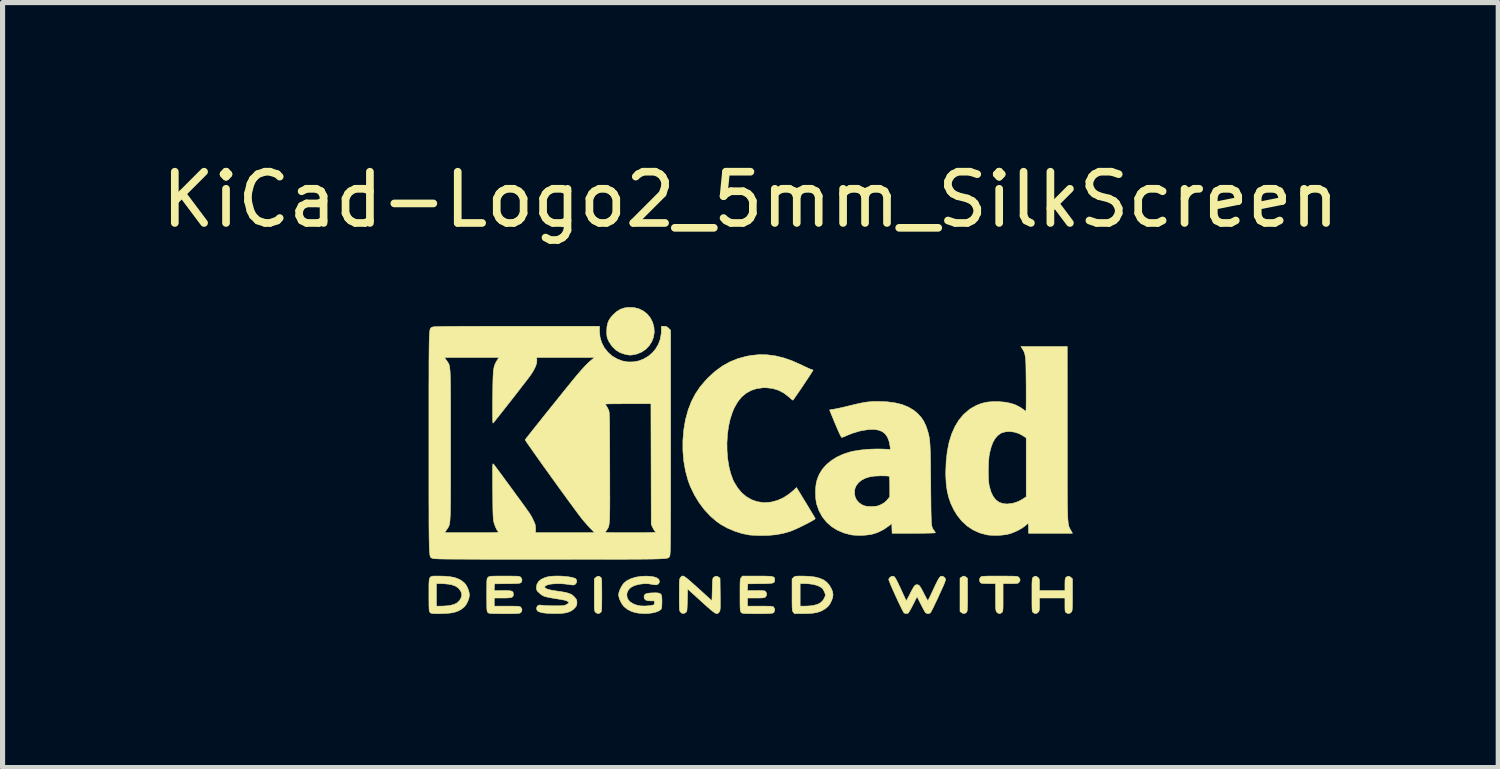
<source format=kicad_pcb>
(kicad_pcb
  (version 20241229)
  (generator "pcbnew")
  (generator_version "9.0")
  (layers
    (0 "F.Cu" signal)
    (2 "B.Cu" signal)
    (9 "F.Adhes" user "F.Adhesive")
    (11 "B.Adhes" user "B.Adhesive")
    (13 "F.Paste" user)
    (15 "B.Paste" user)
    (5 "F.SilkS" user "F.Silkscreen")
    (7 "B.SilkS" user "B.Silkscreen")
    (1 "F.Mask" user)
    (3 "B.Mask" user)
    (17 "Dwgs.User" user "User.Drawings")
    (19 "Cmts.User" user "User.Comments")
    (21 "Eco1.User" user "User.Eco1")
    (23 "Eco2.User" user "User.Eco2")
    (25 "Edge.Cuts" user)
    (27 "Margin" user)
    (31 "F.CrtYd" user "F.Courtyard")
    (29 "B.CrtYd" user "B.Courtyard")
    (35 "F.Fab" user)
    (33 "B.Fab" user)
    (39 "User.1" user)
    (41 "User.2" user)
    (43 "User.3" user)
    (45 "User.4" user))
  (footprint "KiCad-Logo2_5mm_SilkScreen"
    (layer "F.Cu")
    (at 11.601 5.928)
    (property "Reference" "KiCad-Logo2_5mm_SilkScreen" (at 0 -5.08 0) (layer "F.SilkS") (effects (font (size 1 1) (thickness 0.15))))
    (attr exclude_from_pos_files)
    (fp_poly (pts (xy 4.189 2.276) (xy 4.212 2.291) (xy 4.239 2.312) (xy 4.239 2.634) (xy 4.239 2.728) (xy 4.239 2.802) (xy 4.238 2.859) (xy 4.236 2.901) (xy 4.234 2.931) (xy 4.231 2.951) (xy 4.227 2.965) (xy 4.221 2.974) (xy 4.217 2.979) (xy 4.186 3) (xy 4.15 2.999) (xy 4.119 2.981) (xy 4.092 2.96) (xy 4.092 2.312) (xy 4.119 2.291) (xy 4.145 2.275) (xy 4.166 2.269) (xy 4.189 2.276)) (stroke (width 0.01) (type solid)) (fill yes) (layer "F.SilkS"))
    (fp_poly (pts (xy -2.924 2.292) (xy -2.917 2.299) (xy -2.912 2.309) (xy -2.908 2.324) (xy -2.905 2.346) (xy -2.903 2.378) (xy -2.902 2.422) (xy -2.902 2.482) (xy -2.901 2.56) (xy -2.901 2.636) (xy -2.901 2.73) (xy -2.902 2.804) (xy -2.902 2.86) (xy -2.904 2.902) (xy -2.906 2.932) (xy -2.909 2.952) (xy -2.913 2.965) (xy -2.919 2.974) (xy -2.924 2.98) (xy -2.957 3) (xy -2.992 2.998) (xy -3.023 2.977) (xy -3.031 2.968) (xy -3.036 2.959) (xy -3.041 2.945) (xy -3.044 2.924) (xy -3.046 2.895) (xy -3.047 2.853) (xy -3.048 2.796) (xy -3.048 2.722) (xy -3.048 2.638) (xy -3.048 2.324) (xy -3.02 2.297) (xy -2.986 2.273) (xy -2.953 2.273) (xy -2.924 2.292)) (stroke (width 0.01) (type solid)) (fill yes) (layer "F.SilkS"))
    (fp_poly (pts (xy -2.273 -2.973) (xy -2.177 -2.949) (xy -2.09 -2.906) (xy -2.015 -2.847) (xy -1.954 -2.772) (xy -1.909 -2.683) (xy -1.883 -2.586) (xy -1.877 -2.489) (xy -1.892 -2.395) (xy -1.926 -2.307) (xy -1.977 -2.228) (xy -2.042 -2.16) (xy -2.121 -2.106) (xy -2.212 -2.068) (xy -2.263 -2.056) (xy -2.308 -2.048) (xy -2.342 -2.045) (xy -2.375 -2.047) (xy -2.415 -2.054) (xy -2.449 -2.061) (xy -2.542 -2.092) (xy -2.626 -2.143) (xy -2.698 -2.213) (xy -2.756 -2.298) (xy -2.77 -2.326) (xy -2.787 -2.362) (xy -2.797 -2.392) (xy -2.802 -2.425) (xy -2.805 -2.466) (xy -2.805 -2.512) (xy -2.801 -2.596) (xy -2.787 -2.665) (xy -2.762 -2.726) (xy -2.723 -2.784) (xy -2.684 -2.829) (xy -2.612 -2.895) (xy -2.537 -2.94) (xy -2.455 -2.967) (xy -2.377 -2.977) (xy -2.273 -2.973)) (stroke (width 0.01) (type solid)) (fill yes) (layer "F.SilkS"))
    (fp_poly (pts (xy 4.963 2.269) (xy 5.042 2.27) (xy 5.103 2.27) (xy 5.149 2.272) (xy 5.182 2.274) (xy 5.205 2.277) (xy 5.221 2.28) (xy 5.231 2.285) (xy 5.236 2.289) (xy 5.261 2.321) (xy 5.265 2.355) (xy 5.249 2.386) (xy 5.238 2.398) (xy 5.227 2.406) (xy 5.211 2.412) (xy 5.186 2.414) (xy 5.147 2.416) (xy 5.09 2.416) (xy 5.079 2.416) (xy 4.933 2.416) (xy 4.933 2.687) (xy 4.933 2.772) (xy 4.933 2.838) (xy 4.932 2.887) (xy 4.93 2.922) (xy 4.927 2.946) (xy 4.923 2.962) (xy 4.918 2.972) (xy 4.911 2.98) (xy 4.878 3) (xy 4.843 2.999) (xy 4.812 2.976) (xy 4.81 2.973) (xy 4.802 2.962) (xy 4.797 2.95) (xy 4.793 2.933) (xy 4.79 2.908) (xy 4.788 2.872) (xy 4.787 2.822) (xy 4.787 2.755) (xy 4.786 2.68) (xy 4.786 2.416) (xy 4.647 2.416) (xy 4.587 2.415) (xy 4.546 2.414) (xy 4.519 2.411) (xy 4.502 2.405) (xy 4.49 2.397) (xy 4.489 2.395) (xy 4.473 2.362) (xy 4.474 2.324) (xy 4.493 2.292) (xy 4.5 2.285) (xy 4.51 2.28) (xy 4.524 2.276) (xy 4.545 2.274) (xy 4.575 2.272) (xy 4.618 2.27) (xy 4.676 2.269) (xy 4.75 2.269) (xy 4.844 2.269) (xy 4.864 2.269) (xy 4.963 2.269)) (stroke (width 0.01) (type solid)) (fill yes) (layer "F.SilkS"))
    (fp_poly (pts (xy 6.229 2.275) (xy 6.26 2.297) (xy 6.288 2.324) (xy 6.288 2.634) (xy 6.288 2.726) (xy 6.287 2.798) (xy 6.287 2.853) (xy 6.285 2.893) (xy 6.283 2.922) (xy 6.28 2.942) (xy 6.275 2.956) (xy 6.269 2.967) (xy 6.265 2.973) (xy 6.234 2.998) (xy 6.198 3) (xy 6.166 2.985) (xy 6.156 2.976) (xy 6.148 2.965) (xy 6.144 2.946) (xy 6.142 2.915) (xy 6.141 2.869) (xy 6.141 2.833) (xy 6.141 2.698) (xy 5.644 2.698) (xy 5.644 2.821) (xy 5.644 2.877) (xy 5.642 2.915) (xy 5.638 2.941) (xy 5.63 2.96) (xy 5.621 2.973) (xy 5.59 2.998) (xy 5.555 3.001) (xy 5.522 2.983) (xy 5.513 2.974) (xy 5.506 2.962) (xy 5.502 2.943) (xy 5.499 2.914) (xy 5.498 2.87) (xy 5.497 2.808) (xy 5.497 2.794) (xy 5.497 2.678) (xy 5.497 2.582) (xy 5.497 2.504) (xy 5.497 2.443) (xy 5.498 2.396) (xy 5.5 2.361) (xy 5.502 2.335) (xy 5.505 2.318) (xy 5.51 2.306) (xy 5.515 2.298) (xy 5.52 2.292) (xy 5.552 2.272) (xy 5.585 2.275) (xy 5.617 2.297) (xy 5.629 2.311) (xy 5.638 2.327) (xy 5.642 2.35) (xy 5.644 2.384) (xy 5.644 2.436) (xy 5.644 2.551) (xy 6.141 2.551) (xy 6.141 2.433) (xy 6.142 2.378) (xy 6.144 2.341) (xy 6.148 2.317) (xy 6.155 2.301) (xy 6.164 2.292) (xy 6.196 2.272) (xy 6.229 2.275)) (stroke (width 0.01) (type solid)) (fill yes) (layer "F.SilkS"))
    (fp_poly (pts (xy 1.018 2.269) (xy 1.147 2.274) (xy 1.257 2.287) (xy 1.349 2.31) (xy 1.426 2.343) (xy 1.489 2.388) (xy 1.539 2.444) (xy 1.58 2.514) (xy 1.58 2.515) (xy 1.605 2.577) (xy 1.613 2.633) (xy 1.606 2.688) (xy 1.584 2.751) (xy 1.579 2.761) (xy 1.55 2.817) (xy 1.517 2.86) (xy 1.475 2.897) (xy 1.417 2.934) (xy 1.414 2.936) (xy 1.364 2.96) (xy 1.307 2.978) (xy 1.24 2.991) (xy 1.159 2.999) (xy 1.06 3.002) (xy 1.025 3.002) (xy 0.86 3.003) (xy 0.836 2.973) (xy 0.829 2.963) (xy 0.824 2.952) (xy 0.82 2.936) (xy 0.817 2.913) (xy 0.815 2.88) (xy 0.814 2.856) (xy 0.971 2.856) (xy 1.065 2.856) (xy 1.12 2.854) (xy 1.176 2.85) (xy 1.222 2.844) (xy 1.225 2.844) (xy 1.307 2.822) (xy 1.371 2.789) (xy 1.418 2.743) (xy 1.451 2.683) (xy 1.457 2.667) (xy 1.463 2.642) (xy 1.46 2.618) (xy 1.448 2.585) (xy 1.441 2.569) (xy 1.418 2.527) (xy 1.39 2.497) (xy 1.359 2.477) (xy 1.297 2.45) (xy 1.218 2.43) (xy 1.125 2.419) (xy 1.058 2.416) (xy 0.971 2.416) (xy 0.971 2.856) (xy 0.814 2.856) (xy 0.814 2.835) (xy 0.813 2.774) (xy 0.813 2.696) (xy 0.813 2.634) (xy 0.813 2.324) (xy 0.841 2.297) (xy 0.853 2.286) (xy 0.866 2.278) (xy 0.885 2.273) (xy 0.913 2.27) (xy 0.955 2.269) (xy 1.015 2.269) (xy 1.018 2.269)) (stroke (width 0.01) (type solid)) (fill yes) (layer "F.SilkS"))
    (fp_poly (pts (xy -6.121 2.269) (xy -6.082 2.269) (xy -5.966 2.272) (xy -5.869 2.281) (xy -5.788 2.295) (xy -5.719 2.317) (xy -5.658 2.347) (xy -5.604 2.387) (xy -5.584 2.404) (xy -5.552 2.443) (xy -5.523 2.497) (xy -5.5 2.557) (xy -5.488 2.615) (xy -5.486 2.636) (xy -5.494 2.695) (xy -5.516 2.759) (xy -5.547 2.82) (xy -5.584 2.868) (xy -5.59 2.874) (xy -5.641 2.915) (xy -5.696 2.947) (xy -5.76 2.971) (xy -5.834 2.988) (xy -5.924 2.998) (xy -6.031 3.002) (xy -6.08 3.003) (xy -6.142 3.003) (xy -6.186 3.001) (xy -6.215 2.999) (xy -6.234 2.994) (xy -6.247 2.987) (xy -6.254 2.98) (xy -6.261 2.973) (xy -6.266 2.963) (xy -6.27 2.948) (xy -6.273 2.926) (xy -6.274 2.894) (xy -6.276 2.85) (xy -6.276 2.79) (xy -6.277 2.712) (xy -6.277 2.636) (xy -6.277 2.535) (xy -6.277 2.454) (xy -6.276 2.416) (xy -6.13 2.416) (xy -6.13 2.856) (xy -6.037 2.856) (xy -5.981 2.854) (xy -5.922 2.85) (xy -5.873 2.844) (xy -5.872 2.844) (xy -5.792 2.825) (xy -5.731 2.795) (xy -5.684 2.753) (xy -5.655 2.707) (xy -5.636 2.656) (xy -5.638 2.608) (xy -5.659 2.557) (xy -5.7 2.504) (xy -5.758 2.465) (xy -5.833 2.438) (xy -5.883 2.429) (xy -5.939 2.423) (xy -6 2.418) (xy -6.051 2.416) (xy -6.054 2.416) (xy -6.13 2.416) (xy -6.276 2.416) (xy -6.275 2.392) (xy -6.271 2.345) (xy -6.263 2.312) (xy -6.25 2.29) (xy -6.23 2.277) (xy -6.203 2.27) (xy -6.167 2.269) (xy -6.121 2.269)) (stroke (width 0.01) (type solid)) (fill yes) (layer "F.SilkS"))
    (fp_poly (pts (xy -1.3 2.273) (xy -1.277 2.287) (xy -1.246 2.31) (xy -1.206 2.342) (xy -1.156 2.386) (xy -1.094 2.441) (xy -1.018 2.509) (xy -0.931 2.588) (xy -0.751 2.752) (xy -0.745 2.532) (xy -0.743 2.456) (xy -0.741 2.4) (xy -0.739 2.36) (xy -0.736 2.332) (xy -0.731 2.314) (xy -0.725 2.303) (xy -0.717 2.294) (xy -0.713 2.291) (xy -0.678 2.272) (xy -0.645 2.274) (xy -0.619 2.291) (xy -0.593 2.312) (xy -0.589 2.627) (xy -0.588 2.72) (xy -0.588 2.793) (xy -0.588 2.848) (xy -0.589 2.889) (xy -0.591 2.919) (xy -0.594 2.939) (xy -0.598 2.953) (xy -0.604 2.964) (xy -0.61 2.972) (xy -0.623 2.988) (xy -0.637 2.999) (xy -0.652 3.003) (xy -0.671 2.999) (xy -0.695 2.987) (xy -0.727 2.965) (xy -0.768 2.932) (xy -0.821 2.887) (xy -0.886 2.829) (xy -0.96 2.762) (xy -1.225 2.521) (xy -1.23 2.741) (xy -1.233 2.816) (xy -1.235 2.872) (xy -1.237 2.913) (xy -1.24 2.94) (xy -1.244 2.958) (xy -1.25 2.969) (xy -1.259 2.978) (xy -1.263 2.981) (xy -1.3 3) (xy -1.335 2.997) (xy -1.365 2.973) (xy -1.372 2.963) (xy -1.378 2.952) (xy -1.382 2.936) (xy -1.385 2.913) (xy -1.386 2.88) (xy -1.388 2.835) (xy -1.388 2.774) (xy -1.389 2.694) (xy -1.389 2.636) (xy -1.388 2.544) (xy -1.388 2.473) (xy -1.387 2.418) (xy -1.386 2.378) (xy -1.384 2.349) (xy -1.38 2.329) (xy -1.376 2.315) (xy -1.37 2.305) (xy -1.365 2.299) (xy -1.354 2.285) (xy -1.343 2.274) (xy -1.332 2.268) (xy -1.318 2.267) (xy -1.3 2.273)) (stroke (width 0.01) (type solid)) (fill yes) (layer "F.SilkS"))
    (fp_poly (pts (xy -1.95 2.275) (xy -1.882 2.286) (xy -1.829 2.304) (xy -1.795 2.327) (xy -1.785 2.341) (xy -1.776 2.372) (xy -1.782 2.4) (xy -1.802 2.427) (xy -1.834 2.44) (xy -1.879 2.439) (xy -1.914 2.432) (xy -1.992 2.419) (xy -2.072 2.418) (xy -2.162 2.428) (xy -2.186 2.433) (xy -2.269 2.456) (xy -2.334 2.491) (xy -2.38 2.537) (xy -2.407 2.592) (xy -2.413 2.621) (xy -2.409 2.68) (xy -2.386 2.732) (xy -2.345 2.776) (xy -2.288 2.811) (xy -2.219 2.837) (xy -2.138 2.852) (xy -2.048 2.854) (xy -1.951 2.845) (xy -1.945 2.844) (xy -1.907 2.836) (xy -1.885 2.83) (xy -1.876 2.819) (xy -1.874 2.802) (xy -1.874 2.793) (xy -1.874 2.754) (xy -1.942 2.754) (xy -2.003 2.75) (xy -2.044 2.737) (xy -2.068 2.714) (xy -2.077 2.679) (xy -2.077 2.674) (xy -2.072 2.645) (xy -2.054 2.623) (xy -2.022 2.609) (xy -1.972 2.601) (xy -1.923 2.598) (xy -1.852 2.596) (xy -1.801 2.599) (xy -1.766 2.609) (xy -1.744 2.628) (xy -1.733 2.66) (xy -1.728 2.708) (xy -1.727 2.77) (xy -1.729 2.84) (xy -1.733 2.887) (xy -1.74 2.912) (xy -1.741 2.914) (xy -1.78 2.946) (xy -1.837 2.97) (xy -1.909 2.988) (xy -1.991 2.999) (xy -2.081 3.001) (xy -2.175 2.994) (xy -2.23 2.986) (xy -2.316 2.962) (xy -2.396 2.922) (xy -2.463 2.87) (xy -2.473 2.86) (xy -2.506 2.816) (xy -2.536 2.762) (xy -2.559 2.706) (xy -2.572 2.654) (xy -2.574 2.635) (xy -2.567 2.593) (xy -2.55 2.542) (xy -2.524 2.488) (xy -2.495 2.439) (xy -2.469 2.406) (xy -2.408 2.357) (xy -2.329 2.319) (xy -2.235 2.29) (xy -2.129 2.274) (xy -2.032 2.27) (xy -1.95 2.275)) (stroke (width 0.01) (type solid)) (fill yes) (layer "F.SilkS"))
    (fp_poly (pts (xy 0.23 2.269) (xy 0.307 2.27) (xy 0.365 2.272) (xy 0.408 2.276) (xy 0.438 2.282) (xy 0.457 2.291) (xy 0.468 2.303) (xy 0.473 2.319) (xy 0.474 2.339) (xy 0.474 2.341) (xy 0.473 2.364) (xy 0.468 2.382) (xy 0.457 2.395) (xy 0.437 2.404) (xy 0.406 2.41) (xy 0.36 2.414) (xy 0.298 2.417) (xy 0.216 2.418) (xy 0.191 2.418) (xy -0.051 2.421) (xy -0.054 2.486) (xy -0.058 2.551) (xy 0.111 2.551) (xy 0.176 2.552) (xy 0.223 2.553) (xy 0.255 2.555) (xy 0.276 2.559) (xy 0.289 2.565) (xy 0.299 2.573) (xy 0.299 2.573) (xy 0.316 2.607) (xy 0.316 2.643) (xy 0.297 2.674) (xy 0.294 2.678) (xy 0.281 2.686) (xy 0.263 2.692) (xy 0.237 2.695) (xy 0.197 2.697) (xy 0.142 2.698) (xy 0.106 2.698) (xy -0.056 2.698) (xy -0.056 2.856) (xy 0.19 2.856) (xy 0.272 2.856) (xy 0.333 2.857) (xy 0.379 2.858) (xy 0.41 2.86) (xy 0.431 2.864) (xy 0.445 2.868) (xy 0.453 2.874) (xy 0.455 2.877) (xy 0.472 2.908) (xy 0.473 2.944) (xy 0.46 2.975) (xy 0.449 2.985) (xy 0.438 2.991) (xy 0.421 2.995) (xy 0.396 2.998) (xy 0.359 3) (xy 0.308 3.002) (xy 0.24 3.003) (xy 0.153 3.003) (xy 0.133 3.003) (xy 0.045 3.003) (xy -0.024 3.002) (xy -0.075 3.002) (xy -0.113 3) (xy -0.139 2.998) (xy -0.156 2.994) (xy -0.167 2.989) (xy -0.176 2.983) (xy -0.18 2.978) (xy -0.187 2.97) (xy -0.192 2.96) (xy -0.196 2.945) (xy -0.199 2.923) (xy -0.201 2.89) (xy -0.202 2.845) (xy -0.203 2.785) (xy -0.203 2.707) (xy -0.203 2.641) (xy -0.203 2.549) (xy -0.203 2.476) (xy -0.202 2.421) (xy -0.201 2.38) (xy -0.198 2.35) (xy -0.195 2.33) (xy -0.191 2.316) (xy -0.185 2.305) (xy -0.18 2.299) (xy -0.156 2.269) (xy 0.134 2.269) (xy 0.23 2.269)) (stroke (width 0.01) (type solid)) (fill yes) (layer "F.SilkS"))
    (fp_poly (pts (xy -4.713 2.269) (xy -4.643 2.27) (xy -4.591 2.27) (xy -4.553 2.272) (xy -4.526 2.274) (xy -4.508 2.278) (xy -4.496 2.283) (xy -4.487 2.289) (xy -4.484 2.292) (xy -4.464 2.323) (xy -4.46 2.359) (xy -4.473 2.391) (xy -4.48 2.397) (xy -4.489 2.403) (xy -4.505 2.408) (xy -4.529 2.412) (xy -4.566 2.414) (xy -4.617 2.416) (xy -4.685 2.418) (xy -4.748 2.418) (xy -4.995 2.421) (xy -4.999 2.486) (xy -5.002 2.551) (xy -4.834 2.551) (xy -4.761 2.552) (xy -4.708 2.555) (xy -4.671 2.56) (xy -4.647 2.57) (xy -4.634 2.586) (xy -4.629 2.607) (xy -4.628 2.628) (xy -4.631 2.653) (xy -4.64 2.671) (xy -4.659 2.684) (xy -4.691 2.692) (xy -4.738 2.696) (xy -4.804 2.698) (xy -4.84 2.698) (xy -5.001 2.698) (xy -5.001 2.856) (xy -4.753 2.856) (xy -4.671 2.856) (xy -4.609 2.857) (xy -4.564 2.858) (xy -4.532 2.86) (xy -4.511 2.863) (xy -4.496 2.868) (xy -4.487 2.874) (xy -4.482 2.879) (xy -4.465 2.906) (xy -4.459 2.929) (xy -4.467 2.959) (xy -4.482 2.98) (xy -4.49 2.987) (xy -4.5 2.992) (xy -4.515 2.996) (xy -4.538 2.999) (xy -4.571 3.001) (xy -4.618 3.002) (xy -4.68 3.003) (xy -4.761 3.003) (xy -4.803 3.003) (xy -4.894 3.003) (xy -4.964 3.002) (xy -5.017 3.002) (xy -5.056 3) (xy -5.083 2.998) (xy -5.101 2.994) (xy -5.113 2.99) (xy -5.122 2.983) (xy -5.125 2.98) (xy -5.132 2.973) (xy -5.137 2.963) (xy -5.141 2.948) (xy -5.144 2.926) (xy -5.146 2.894) (xy -5.147 2.849) (xy -5.147 2.789) (xy -5.148 2.711) (xy -5.148 2.638) (xy -5.148 2.545) (xy -5.147 2.471) (xy -5.147 2.415) (xy -5.146 2.374) (xy -5.144 2.345) (xy -5.141 2.325) (xy -5.136 2.312) (xy -5.131 2.303) (xy -5.123 2.295) (xy -5.122 2.294) (xy -5.113 2.286) (xy -5.103 2.28) (xy -5.089 2.276) (xy -5.067 2.273) (xy -5.036 2.271) (xy -4.993 2.27) (xy -4.934 2.269) (xy -4.857 2.269) (xy -4.802 2.269) (xy -4.713 2.269)) (stroke (width 0.01) (type solid)) (fill yes) (layer "F.SilkS"))
    (fp_poly (pts (xy 3.745 2.271) (xy 3.764 2.278) (xy 3.765 2.278) (xy 3.792 2.299) (xy 3.806 2.32) (xy 3.809 2.329) (xy 3.809 2.342) (xy 3.805 2.361) (xy 3.796 2.387) (xy 3.782 2.424) (xy 3.761 2.473) (xy 3.732 2.536) (xy 3.695 2.617) (xy 3.675 2.661) (xy 3.639 2.74) (xy 3.604 2.812) (xy 3.574 2.876) (xy 3.548 2.928) (xy 3.528 2.965) (xy 3.516 2.986) (xy 3.513 2.989) (xy 3.482 3.001) (xy 3.447 3) (xy 3.419 2.984) (xy 3.418 2.983) (xy 3.407 2.966) (xy 3.388 2.933) (xy 3.364 2.888) (xy 3.337 2.836) (xy 3.327 2.817) (xy 3.254 2.67) (xy 3.174 2.829) (xy 3.146 2.884) (xy 3.119 2.932) (xy 3.097 2.969) (xy 3.081 2.991) (xy 3.076 2.996) (xy 3.034 3.002) (xy 3 2.989) (xy 2.99 2.974) (xy 2.972 2.943) (xy 2.949 2.897) (xy 2.921 2.839) (xy 2.89 2.774) (xy 2.857 2.704) (xy 2.824 2.631) (xy 2.792 2.56) (xy 2.763 2.494) (xy 2.737 2.435) (xy 2.718 2.386) (xy 2.705 2.352) (xy 2.7 2.334) (xy 2.7 2.334) (xy 2.711 2.311) (xy 2.733 2.289) (xy 2.735 2.288) (xy 2.762 2.272) (xy 2.787 2.273) (xy 2.796 2.275) (xy 2.808 2.282) (xy 2.82 2.294) (xy 2.834 2.315) (xy 2.852 2.347) (xy 2.875 2.393) (xy 2.905 2.455) (xy 2.932 2.512) (xy 2.962 2.578) (xy 2.99 2.638) (xy 3.013 2.688) (xy 3.03 2.725) (xy 3.039 2.746) (xy 3.041 2.749) (xy 3.047 2.743) (xy 3.061 2.721) (xy 3.081 2.685) (xy 3.106 2.638) (xy 3.115 2.619) (xy 3.148 2.554) (xy 3.174 2.507) (xy 3.194 2.474) (xy 3.21 2.454) (xy 3.226 2.443) (xy 3.242 2.439) (xy 3.252 2.438) (xy 3.271 2.44) (xy 3.287 2.447) (xy 3.303 2.462) (xy 3.321 2.487) (xy 3.344 2.526) (xy 3.373 2.581) (xy 3.389 2.613) (xy 3.415 2.663) (xy 3.437 2.705) (xy 3.454 2.734) (xy 3.464 2.748) (xy 3.466 2.749) (xy 3.472 2.738) (xy 3.487 2.709) (xy 3.508 2.666) (xy 3.534 2.612) (xy 3.564 2.548) (xy 3.578 2.517) (xy 3.616 2.436) (xy 3.647 2.374) (xy 3.672 2.328) (xy 3.692 2.297) (xy 3.71 2.278) (xy 3.727 2.271) (xy 3.745 2.271)) (stroke (width 0.01) (type solid)) (fill yes) (layer "F.SilkS"))
    (fp_poly (pts (xy -3.692 2.27) (xy -3.617 2.276) (xy -3.547 2.284) (xy -3.487 2.295) (xy -3.44 2.308) (xy -3.41 2.323) (xy -3.406 2.327) (xy -3.39 2.362) (xy -3.395 2.397) (xy -3.419 2.428) (xy -3.421 2.429) (xy -3.435 2.438) (xy -3.45 2.443) (xy -3.471 2.443) (xy -3.503 2.44) (xy -3.552 2.432) (xy -3.556 2.432) (xy -3.629 2.423) (xy -3.707 2.418) (xy -3.786 2.418) (xy -3.859 2.422) (xy -3.922 2.43) (xy -3.968 2.443) (xy -3.971 2.444) (xy -4.005 2.463) (xy -4.017 2.482) (xy -4.008 2.5) (xy -3.978 2.518) (xy -3.929 2.535) (xy -3.861 2.549) (xy -3.816 2.556) (xy -3.721 2.57) (xy -3.647 2.582) (xy -3.588 2.594) (xy -3.542 2.608) (xy -3.506 2.623) (xy -3.476 2.641) (xy -3.449 2.664) (xy -3.428 2.686) (xy -3.403 2.717) (xy -3.391 2.743) (xy -3.387 2.776) (xy -3.387 2.788) (xy -3.39 2.828) (xy -3.401 2.857) (xy -3.421 2.883) (xy -3.462 2.924) (xy -3.508 2.954) (xy -3.562 2.976) (xy -3.627 2.991) (xy -3.707 2.999) (xy -3.805 3.001) (xy -3.821 3.001) (xy -3.887 3) (xy -3.952 2.997) (xy -4.009 2.992) (xy -4.052 2.987) (xy -4.055 2.987) (xy -4.098 2.976) (xy -4.134 2.964) (xy -4.154 2.952) (xy -4.173 2.922) (xy -4.174 2.886) (xy -4.158 2.854) (xy -4.154 2.851) (xy -4.139 2.84) (xy -4.12 2.835) (xy -4.091 2.836) (xy -4.056 2.84) (xy -4.016 2.844) (xy -3.96 2.847) (xy -3.895 2.849) (xy -3.828 2.85) (xy -3.81 2.85) (xy -3.742 2.85) (xy -3.692 2.849) (xy -3.657 2.846) (xy -3.63 2.841) (xy -3.609 2.834) (xy -3.596 2.828) (xy -3.568 2.811) (xy -3.55 2.796) (xy -3.547 2.792) (xy -3.553 2.774) (xy -3.579 2.757) (xy -3.624 2.741) (xy -3.687 2.728) (xy -3.705 2.725) (xy -3.801 2.71) (xy -3.878 2.697) (xy -3.938 2.686) (xy -3.984 2.676) (xy -4.021 2.665) (xy -4.049 2.653) (xy -4.073 2.639) (xy -4.096 2.622) (xy -4.119 2.601) (xy -4.127 2.594) (xy -4.155 2.567) (xy -4.17 2.545) (xy -4.176 2.52) (xy -4.177 2.489) (xy -4.167 2.428) (xy -4.136 2.376) (xy -4.085 2.333) (xy -4.013 2.3) (xy -3.962 2.285) (xy -3.907 2.275) (xy -3.841 2.27) (xy -3.768 2.268) (xy -3.692 2.27)) (stroke (width 0.01) (type solid)) (fill yes) (layer "F.SilkS"))
    (fp_poly (pts (xy 0.328 -2.051) (xy 0.489 -2.03) (xy 0.653 -1.99) (xy 0.822 -1.93) (xy 1 -1.851) (xy 1.011 -1.845) (xy 1.069 -1.817) (xy 1.121 -1.793) (xy 1.162 -1.775) (xy 1.19 -1.764) (xy 1.2 -1.761) (xy 1.219 -1.756) (xy 1.224 -1.752) (xy 1.218 -1.741) (xy 1.202 -1.715) (xy 1.177 -1.676) (xy 1.145 -1.626) (xy 1.107 -1.569) (xy 1.066 -1.507) (xy 1.023 -1.442) (xy 0.98 -1.379) (xy 0.939 -1.319) (xy 0.902 -1.265) (xy 0.871 -1.22) (xy 0.847 -1.186) (xy 0.832 -1.167) (xy 0.83 -1.165) (xy 0.82 -1.17) (xy 0.798 -1.187) (xy 0.767 -1.214) (xy 0.752 -1.228) (xy 0.655 -1.303) (xy 0.548 -1.359) (xy 0.433 -1.394) (xy 0.31 -1.408) (xy 0.241 -1.407) (xy 0.119 -1.39) (xy 0.01 -1.354) (xy -0.087 -1.299) (xy -0.174 -1.225) (xy -0.249 -1.131) (xy -0.314 -1.018) (xy -0.351 -0.931) (xy -0.395 -0.796) (xy -0.428 -0.648) (xy -0.448 -0.493) (xy -0.458 -0.333) (xy -0.456 -0.173) (xy -0.443 -0.016) (xy -0.419 0.133) (xy -0.384 0.271) (xy -0.338 0.395) (xy -0.322 0.429) (xy -0.253 0.543) (xy -0.173 0.64) (xy -0.081 0.718) (xy 0.02 0.777) (xy 0.13 0.816) (xy 0.247 0.834) (xy 0.289 0.835) (xy 0.41 0.824) (xy 0.531 0.791) (xy 0.649 0.737) (xy 0.762 0.663) (xy 0.854 0.585) (xy 0.9 0.54) (xy 1.081 0.837) (xy 1.127 0.911) (xy 1.168 0.98) (xy 1.204 1.039) (xy 1.233 1.088) (xy 1.254 1.124) (xy 1.265 1.144) (xy 1.266 1.147) (xy 1.258 1.157) (xy 1.233 1.174) (xy 1.193 1.197) (xy 1.142 1.225) (xy 1.084 1.255) (xy 1.021 1.287) (xy 0.958 1.318) (xy 0.896 1.346) (xy 0.839 1.371) (xy 0.791 1.391) (xy 0.768 1.399) (xy 0.634 1.437) (xy 0.496 1.462) (xy 0.349 1.475) (xy 0.222 1.477) (xy 0.154 1.476) (xy 0.088 1.474) (xy 0.031 1.471) (xy -0.013 1.468) (xy -0.027 1.466) (xy -0.166 1.438) (xy -0.307 1.392) (xy -0.445 1.334) (xy -0.572 1.264) (xy -0.649 1.211) (xy -0.777 1.103) (xy -0.895 0.977) (xy -1.002 0.835) (xy -1.095 0.681) (xy -1.173 0.518) (xy -1.217 0.401) (xy -1.267 0.217) (xy -1.301 0.023) (xy -1.318 -0.179) (xy -1.318 -0.382) (xy -1.301 -0.584) (xy -1.268 -0.781) (xy -1.217 -0.967) (xy -1.214 -0.978) (xy -1.151 -1.14) (xy -1.074 -1.288) (xy -0.981 -1.426) (xy -0.868 -1.558) (xy -0.825 -1.604) (xy -0.688 -1.728) (xy -0.549 -1.83) (xy -0.403 -1.912) (xy -0.249 -1.975) (xy -0.084 -2.02) (xy 0.011 -2.038) (xy 0.17 -2.054) (xy 0.328 -2.051)) (stroke (width 0.01) (type solid)) (fill yes) (layer "F.SilkS"))
    (fp_poly (pts (xy 6.187 -0.528) (xy 6.187 -0.293) (xy 6.187 -0.08) (xy 6.187 0.112) (xy 6.187 0.285) (xy 6.187 0.441) (xy 6.188 0.579) (xy 6.188 0.701) (xy 6.189 0.808) (xy 6.19 0.901) (xy 6.192 0.982) (xy 6.194 1.051) (xy 6.196 1.11) (xy 6.198 1.159) (xy 6.202 1.2) (xy 6.205 1.234) (xy 6.21 1.262) (xy 6.214 1.285) (xy 6.22 1.304) (xy 6.226 1.321) (xy 6.233 1.335) (xy 6.24 1.349) (xy 6.249 1.364) (xy 6.254 1.373) (xy 6.288 1.434) (xy 5.43 1.434) (xy 5.43 1.338) (xy 5.429 1.294) (xy 5.427 1.261) (xy 5.424 1.243) (xy 5.423 1.242) (xy 5.412 1.249) (xy 5.389 1.267) (xy 5.366 1.286) (xy 5.312 1.327) (xy 5.242 1.368) (xy 5.165 1.405) (xy 5.088 1.435) (xy 5.057 1.445) (xy 4.989 1.46) (xy 4.906 1.47) (xy 4.816 1.475) (xy 4.728 1.474) (xy 4.649 1.469) (xy 4.612 1.463) (xy 4.473 1.425) (xy 4.346 1.367) (xy 4.23 1.29) (xy 4.127 1.195) (xy 4.036 1.081) (xy 3.969 0.97) (xy 3.914 0.854) (xy 3.872 0.734) (xy 3.842 0.608) (xy 3.823 0.472) (xy 3.815 0.32) (xy 3.814 0.243) (xy 3.816 0.186) (xy 4.645 0.186) (xy 4.645 0.279) (xy 4.648 0.367) (xy 4.654 0.444) (xy 4.662 0.505) (xy 4.665 0.517) (xy 4.697 0.625) (xy 4.738 0.712) (xy 4.79 0.779) (xy 4.853 0.826) (xy 4.926 0.853) (xy 5.011 0.862) (xy 5.107 0.851) (xy 5.17 0.835) (xy 5.219 0.817) (xy 5.274 0.791) (xy 5.314 0.767) (xy 5.385 0.721) (xy 5.385 -0.429) (xy 5.317 -0.473) (xy 5.239 -0.514) (xy 5.155 -0.541) (xy 5.07 -0.553) (xy 4.988 -0.549) (xy 4.915 -0.53) (xy 4.883 -0.515) (xy 4.826 -0.472) (xy 4.777 -0.415) (xy 4.735 -0.342) (xy 4.701 -0.252) (xy 4.672 -0.141) (xy 4.671 -0.135) (xy 4.66 -0.073) (xy 4.653 0.005) (xy 4.648 0.093) (xy 4.645 0.186) (xy 3.816 0.186) (xy 3.822 0.03) (xy 3.844 -0.166) (xy 3.88 -0.345) (xy 3.93 -0.506) (xy 3.994 -0.65) (xy 4.071 -0.777) (xy 4.163 -0.886) (xy 4.268 -0.977) (xy 4.314 -1.008) (xy 4.415 -1.064) (xy 4.518 -1.104) (xy 4.628 -1.128) (xy 4.749 -1.138) (xy 4.842 -1.137) (xy 4.971 -1.126) (xy 5.084 -1.104) (xy 5.183 -1.07) (xy 5.271 -1.024) (xy 5.32 -0.99) (xy 5.349 -0.968) (xy 5.371 -0.953) (xy 5.379 -0.948) (xy 5.381 -0.959) (xy 5.382 -0.99) (xy 5.383 -1.037) (xy 5.384 -1.1) (xy 5.384 -1.173) (xy 5.384 -1.256) (xy 5.384 -1.344) (xy 5.384 -1.436) (xy 5.383 -1.528) (xy 5.382 -1.618) (xy 5.381 -1.704) (xy 5.38 -1.781) (xy 5.379 -1.848) (xy 5.377 -1.902) (xy 5.375 -1.94) (xy 5.375 -1.947) (xy 5.367 -2.018) (xy 5.356 -2.073) (xy 5.338 -2.12) (xy 5.312 -2.166) (xy 5.305 -2.176) (xy 5.281 -2.213) (xy 6.186 -2.213) (xy 6.187 -0.528)) (stroke (width 0.01) (type solid)) (fill yes) (layer "F.SilkS"))
    (fp_poly (pts (xy 2.674 -1.133) (xy 2.825 -1.113) (xy 2.961 -1.08) (xy 3.08 -1.032) (xy 3.185 -0.971) (xy 3.262 -0.907) (xy 3.331 -0.833) (xy 3.385 -0.753) (xy 3.428 -0.661) (xy 3.443 -0.618) (xy 3.456 -0.579) (xy 3.467 -0.543) (xy 3.477 -0.508) (xy 3.485 -0.472) (xy 3.492 -0.433) (xy 3.498 -0.39) (xy 3.503 -0.34) (xy 3.507 -0.283) (xy 3.51 -0.215) (xy 3.513 -0.136) (xy 3.515 -0.043) (xy 3.517 0.066) (xy 3.518 0.192) (xy 3.52 0.337) (xy 3.521 0.48) (xy 3.522 0.636) (xy 3.524 0.771) (xy 3.525 0.887) (xy 3.526 0.986) (xy 3.528 1.068) (xy 3.53 1.136) (xy 3.532 1.192) (xy 3.535 1.236) (xy 3.539 1.271) (xy 3.544 1.299) (xy 3.55 1.321) (xy 3.557 1.338) (xy 3.565 1.352) (xy 3.574 1.366) (xy 3.585 1.38) (xy 3.59 1.385) (xy 3.605 1.408) (xy 3.612 1.423) (xy 3.612 1.424) (xy 3.602 1.426) (xy 3.571 1.428) (xy 3.522 1.43) (xy 3.458 1.431) (xy 3.382 1.433) (xy 3.295 1.433) (xy 3.2 1.434) (xy 3.19 1.434) (xy 2.767 1.434) (xy 2.763 1.338) (xy 2.76 1.242) (xy 2.698 1.293) (xy 2.601 1.36) (xy 2.491 1.415) (xy 2.404 1.445) (xy 2.335 1.46) (xy 2.252 1.47) (xy 2.162 1.475) (xy 2.074 1.474) (xy 1.995 1.468) (xy 1.959 1.463) (xy 1.819 1.425) (xy 1.692 1.37) (xy 1.58 1.299) (xy 1.484 1.213) (xy 1.404 1.112) (xy 1.341 0.997) (xy 1.296 0.871) (xy 1.284 0.814) (xy 1.276 0.752) (xy 1.273 0.677) (xy 1.272 0.643) (xy 1.272 0.64) (xy 2.032 0.64) (xy 2.042 0.715) (xy 2.07 0.779) (xy 2.118 0.835) (xy 2.123 0.839) (xy 2.172 0.874) (xy 2.223 0.897) (xy 2.284 0.909) (xy 2.359 0.911) (xy 2.377 0.911) (xy 2.431 0.908) (xy 2.471 0.903) (xy 2.506 0.893) (xy 2.545 0.876) (xy 2.556 0.871) (xy 2.616 0.835) (xy 2.663 0.792) (xy 2.676 0.777) (xy 2.721 0.72) (xy 2.721 0.525) (xy 2.72 0.446) (xy 2.718 0.388) (xy 2.715 0.349) (xy 2.711 0.327) (xy 2.707 0.32) (xy 2.691 0.317) (xy 2.657 0.314) (xy 2.61 0.313) (xy 2.555 0.312) (xy 2.546 0.312) (xy 2.425 0.317) (xy 2.323 0.333) (xy 2.236 0.361) (xy 2.164 0.401) (xy 2.109 0.448) (xy 2.064 0.506) (xy 2.039 0.569) (xy 2.032 0.64) (xy 1.272 0.64) (xy 1.274 0.55) (xy 1.283 0.471) (xy 1.299 0.4) (xy 1.324 0.329) (xy 1.348 0.276) (xy 1.407 0.181) (xy 1.485 0.093) (xy 1.58 0.014) (xy 1.69 -0.055) (xy 1.813 -0.111) (xy 1.945 -0.154) (xy 2.009 -0.169) (xy 2.146 -0.191) (xy 2.294 -0.206) (xy 2.446 -0.212) (xy 2.572 -0.211) (xy 2.734 -0.204) (xy 2.727 -0.263) (xy 2.707 -0.362) (xy 2.676 -0.443) (xy 2.632 -0.506) (xy 2.575 -0.551) (xy 2.503 -0.58) (xy 2.416 -0.594) (xy 2.313 -0.591) (xy 2.275 -0.587) (xy 2.134 -0.562) (xy 1.997 -0.521) (xy 1.902 -0.483) (xy 1.857 -0.464) (xy 1.819 -0.448) (xy 1.792 -0.439) (xy 1.785 -0.437) (xy 1.775 -0.446) (xy 1.758 -0.475) (xy 1.734 -0.524) (xy 1.703 -0.594) (xy 1.665 -0.684) (xy 1.658 -0.7) (xy 1.628 -0.772) (xy 1.601 -0.838) (xy 1.578 -0.893) (xy 1.561 -0.936) (xy 1.55 -0.963) (xy 1.547 -0.972) (xy 1.557 -0.977) (xy 1.583 -0.982) (xy 1.611 -0.986) (xy 1.642 -0.991) (xy 1.689 -1) (xy 1.751 -1.013) (xy 1.821 -1.029) (xy 1.896 -1.047) (xy 1.925 -1.054) (xy 2.03 -1.08) (xy 2.117 -1.1) (xy 2.192 -1.115) (xy 2.258 -1.126) (xy 2.319 -1.133) (xy 2.381 -1.138) (xy 2.446 -1.14) (xy 2.504 -1.14) (xy 2.674 -1.133)) (stroke (width 0.01) (type solid)) (fill yes) (layer "F.SilkS"))
    (fp_poly (pts (xy -2.946 -2.511) (xy -2.936 -2.397) (xy -2.904 -2.289) (xy -2.853 -2.19) (xy -2.784 -2.102) (xy -2.699 -2.027) (xy -2.602 -1.97) (xy -2.496 -1.93) (xy -2.389 -1.911) (xy -2.283 -1.913) (xy -2.181 -1.932) (xy -2.085 -1.969) (xy -1.996 -2.021) (xy -1.917 -2.087) (xy -1.849 -2.167) (xy -1.796 -2.258) (xy -1.759 -2.359) (xy -1.74 -2.47) (xy -1.738 -2.52) (xy -1.738 -2.608) (xy -1.687 -2.608) (xy -1.65 -2.605) (xy -1.623 -2.593) (xy -1.596 -2.569) (xy -1.558 -2.531) (xy -1.558 -0.339) (xy -1.558 -0.077) (xy -1.558 0.163) (xy -1.558 0.383) (xy -1.558 0.583) (xy -1.558 0.764) (xy -1.558 0.928) (xy -1.559 1.074) (xy -1.559 1.205) (xy -1.559 1.32) (xy -1.56 1.421) (xy -1.561 1.509) (xy -1.561 1.585) (xy -1.562 1.65) (xy -1.563 1.704) (xy -1.564 1.749) (xy -1.565 1.786) (xy -1.567 1.815) (xy -1.568 1.837) (xy -1.57 1.854) (xy -1.572 1.866) (xy -1.574 1.874) (xy -1.576 1.88) (xy -1.577 1.882) (xy -1.581 1.889) (xy -1.585 1.895) (xy -1.589 1.901) (xy -1.594 1.906) (xy -1.601 1.911) (xy -1.611 1.916) (xy -1.625 1.92) (xy -1.645 1.923) (xy -1.669 1.926) (xy -1.701 1.929) (xy -1.741 1.931) (xy -1.789 1.934) (xy -1.846 1.935) (xy -1.914 1.937) (xy -1.994 1.938) (xy -2.085 1.939) (xy -2.19 1.94) (xy -2.309 1.94) (xy -2.443 1.941) (xy -2.593 1.941) (xy -2.76 1.941) (xy -2.945 1.942) (xy -3.149 1.942) (xy -3.372 1.942) (xy -3.616 1.941) (xy -3.881 1.941) (xy -3.92 1.941) (xy -4.187 1.941) (xy -4.432 1.941) (xy -4.657 1.941) (xy -4.861 1.941) (xy -5.047 1.941) (xy -5.215 1.941) (xy -5.366 1.94) (xy -5.501 1.94) (xy -5.62 1.939) (xy -5.725 1.939) (xy -5.817 1.938) (xy -5.896 1.938) (xy -5.964 1.937) (xy -6.021 1.936) (xy -6.069 1.935) (xy -6.107 1.933) (xy -6.138 1.932) (xy -6.162 1.931) (xy -6.18 1.929) (xy -6.192 1.927) (xy -6.201 1.925) (xy -6.205 1.923) (xy -6.214 1.92) (xy -6.221 1.917) (xy -6.229 1.915) (xy -6.235 1.911) (xy -6.241 1.906) (xy -6.246 1.897) (xy -6.251 1.885) (xy -6.255 1.869) (xy -6.259 1.846) (xy -6.262 1.818) (xy -6.265 1.781) (xy -6.268 1.737) (xy -6.27 1.683) (xy -6.271 1.618) (xy -6.273 1.543) (xy -6.274 1.455) (xy -6.275 1.354) (xy -6.276 1.239) (xy -6.276 1.11) (xy -6.276 0.964) (xy -6.277 0.802) (xy -6.277 0.621) (xy -6.277 0.422) (xy -6.277 0.204) (xy -6.277 -0.035) (xy -6.277 -0.296) (xy -6.277 -0.338) (xy -6.277 -0.601) (xy -6.277 -0.842) (xy -6.277 -1.063) (xy -6.277 -1.264) (xy -6.277 -1.446) (xy -6.276 -1.61) (xy -6.276 -1.757) (xy -6.276 -1.888) (xy -6.275 -1.998) (xy -5.972 -1.998) (xy -5.932 -1.94) (xy -5.921 -1.925) (xy -5.911 -1.911) (xy -5.902 -1.897) (xy -5.894 -1.883) (xy -5.887 -1.868) (xy -5.881 -1.849) (xy -5.875 -1.826) (xy -5.871 -1.798) (xy -5.867 -1.764) (xy -5.863 -1.722) (xy -5.861 -1.67) (xy -5.858 -1.609) (xy -5.857 -1.537) (xy -5.855 -1.452) (xy -5.855 -1.354) (xy -5.854 -1.24) (xy -5.853 -1.111) (xy -5.853 -0.965) (xy -5.853 -0.8) (xy -5.853 -0.616) (xy -5.853 -0.41) (xy -5.853 -0.288) (xy -5.853 -0.071) (xy -5.853 0.125) (xy -5.853 0.3) (xy -5.853 0.456) (xy -5.854 0.595) (xy -5.854 0.717) (xy -5.855 0.823) (xy -5.856 0.915) (xy -5.857 0.994) (xy -5.859 1.062) (xy -5.862 1.118) (xy -5.865 1.165) (xy -5.868 1.204) (xy -5.872 1.235) (xy -5.877 1.261) (xy -5.883 1.282) (xy -5.89 1.299) (xy -5.897 1.314) (xy -5.906 1.327) (xy -5.915 1.341) (xy -5.925 1.356) (xy -5.932 1.365) (xy -5.97 1.422) (xy -5.439 1.422) (xy -5.315 1.422) (xy -5.213 1.422) (xy -5.129 1.422) (xy -5.063 1.421) (xy -5.012 1.42) (xy -4.974 1.419) (xy -4.948 1.417) (xy -4.932 1.415) (xy -4.923 1.412) (xy -4.921 1.408) (xy -4.923 1.404) (xy -4.925 1.403) (xy -4.95 1.366) (xy -4.976 1.313) (xy -4.999 1.251) (xy -5.007 1.224) (xy -5.012 1.206) (xy -5.016 1.185) (xy -5.019 1.159) (xy -5.022 1.126) (xy -5.024 1.083) (xy -5.026 1.028) (xy -5.028 0.96) (xy -5.029 0.877) (xy -5.03 0.775) (xy -5.031 0.654) (xy -5.032 0.61) (xy -5.033 0.484) (xy -5.033 0.38) (xy -5.034 0.295) (xy -5.034 0.227) (xy -5.034 0.174) (xy -5.033 0.135) (xy -5.031 0.107) (xy -5.029 0.09) (xy -5.027 0.081) (xy -5.023 0.078) (xy -5.019 0.08) (xy -5.015 0.085) (xy -5.004 0.098) (xy -4.982 0.127) (xy -4.95 0.17) (xy -4.909 0.225) (xy -4.861 0.289) (xy -4.808 0.362) (xy -4.751 0.44) (xy -4.691 0.521) (xy -4.631 0.603) (xy -4.572 0.685) (xy -4.514 0.763) (xy -4.461 0.836) (xy -4.413 0.902) (xy -4.373 0.959) (xy -4.341 1.004) (xy -4.318 1.035) (xy -4.314 1.041) (xy -4.291 1.078) (xy -4.264 1.126) (xy -4.239 1.176) (xy -4.236 1.183) (xy -4.214 1.231) (xy -4.201 1.268) (xy -4.196 1.304) (xy -4.194 1.346) (xy -4.195 1.422) (xy -3.041 1.422) (xy -3.132 1.329) (xy -3.179 1.279) (xy -3.229 1.222) (xy -3.275 1.168) (xy -3.295 1.143) (xy -3.326 1.103) (xy -3.366 1.05) (xy -3.414 0.985) (xy -3.47 0.909) (xy -3.532 0.825) (xy -3.599 0.733) (xy -3.669 0.636) (xy -3.743 0.535) (xy -3.817 0.432) (xy -3.892 0.328) (xy -3.966 0.225) (xy -4.038 0.125) (xy -4.106 0.029) (xy -4.17 -0.061) (xy -4.229 -0.144) (xy -4.28 -0.218) (xy -4.324 -0.28) (xy -4.359 -0.33) (xy -4.383 -0.367) (xy -4.396 -0.387) (xy -4.398 -0.391) (xy -4.39 -0.403) (xy -4.369 -0.43) (xy -4.337 -0.471) (xy -4.294 -0.525) (xy -4.243 -0.589) (xy -4.185 -0.663) (xy -4.12 -0.744) (xy -4.051 -0.831) (xy -3.979 -0.921) (xy -3.904 -1.014) (xy -3.845 -1.088) (xy -2.834 -1.088) (xy -2.828 -1.075) (xy -2.813 -1.053) (xy -2.812 -1.052) (xy -2.793 -1.021) (xy -2.774 -0.985) (xy -2.77 -0.976) (xy -2.766 -0.968) (xy -2.763 -0.958) (xy -2.76 -0.945) (xy -2.758 -0.927) (xy -2.756 -0.904) (xy -2.754 -0.873) (xy -2.753 -0.833) (xy -2.751 -0.784) (xy -2.75 -0.723) (xy -2.749 -0.649) (xy -2.749 -0.561) (xy -2.748 -0.457) (xy -2.747 -0.337) (xy -2.747 -0.198) (xy -2.746 -0.039) (xy -2.746 0.14) (xy -2.745 0.325) (xy -2.745 0.489) (xy -2.745 0.633) (xy -2.744 0.759) (xy -2.745 0.868) (xy -2.745 0.961) (xy -2.747 1.04) (xy -2.748 1.106) (xy -2.75 1.161) (xy -2.753 1.206) (xy -2.757 1.242) (xy -2.761 1.271) (xy -2.766 1.295) (xy -2.772 1.313) (xy -2.779 1.329) (xy -2.787 1.344) (xy -2.797 1.358) (xy -2.805 1.37) (xy -2.822 1.396) (xy -2.832 1.414) (xy -2.834 1.417) (xy -2.823 1.418) (xy -2.791 1.419) (xy -2.742 1.42) (xy -2.677 1.421) (xy -2.599 1.422) (xy -2.51 1.422) (xy -2.411 1.422) (xy -2.342 1.422) (xy -2.237 1.422) (xy -2.141 1.422) (xy -2.054 1.421) (xy -1.98 1.419) (xy -1.921 1.418) (xy -1.879 1.416) (xy -1.855 1.414) (xy -1.851 1.412) (xy -1.859 1.398) (xy -1.867 1.39) (xy -1.88 1.372) (xy -1.897 1.342) (xy -1.909 1.318) (xy -1.936 1.259) (xy -1.939 0.082) (xy -1.942 -1.095) (xy -2.388 -1.095) (xy -2.486 -1.095) (xy -2.576 -1.094) (xy -2.657 -1.094) (xy -2.725 -1.093) (xy -2.779 -1.092) (xy -2.815 -1.09) (xy -2.833 -1.089) (xy -2.834 -1.088) (xy -3.845 -1.088) (xy -3.829 -1.107) (xy -3.755 -1.199) (xy -3.683 -1.289) (xy -3.615 -1.374) (xy -3.551 -1.452) (xy -3.494 -1.523) (xy -3.444 -1.584) (xy -3.403 -1.633) (xy -3.386 -1.654) (xy -3.3 -1.754) (xy -3.223 -1.838) (xy -3.154 -1.906) (xy -3.091 -1.96) (xy -3.082 -1.967) (xy -3.042 -1.998) (xy -4.174 -1.998) (xy -4.169 -1.95) (xy -4.172 -1.893) (xy -4.194 -1.825) (xy -4.234 -1.745) (xy -4.279 -1.673) (xy -4.295 -1.65) (xy -4.323 -1.612) (xy -4.361 -1.562) (xy -4.408 -1.501) (xy -4.462 -1.432) (xy -4.52 -1.356) (xy -4.582 -1.276) (xy -4.646 -1.194) (xy -4.71 -1.112) (xy -4.773 -1.032) (xy -4.832 -0.957) (xy -4.887 -0.888) (xy -4.935 -0.828) (xy -4.974 -0.778) (xy -5.004 -0.742) (xy -5.022 -0.72) (xy -5.025 -0.717) (xy -5.028 -0.725) (xy -5.03 -0.755) (xy -5.032 -0.807) (xy -5.033 -0.881) (xy -5.033 -0.977) (xy -5.033 -1.094) (xy -5.032 -1.214) (xy -5.03 -1.346) (xy -5.029 -1.457) (xy -5.027 -1.551) (xy -5.024 -1.629) (xy -5.021 -1.692) (xy -5.016 -1.745) (xy -5.009 -1.788) (xy -5.002 -1.823) (xy -4.992 -1.854) (xy -4.98 -1.882) (xy -4.965 -1.91) (xy -4.95 -1.935) (xy -4.912 -1.998) (xy -5.972 -1.998) (xy -6.275 -1.998) (xy -6.275 -2.004) (xy -6.274 -2.106) (xy -6.273 -2.195) (xy -6.272 -2.272) (xy -6.27 -2.337) (xy -6.269 -2.393) (xy -6.266 -2.438) (xy -6.264 -2.475) (xy -6.261 -2.505) (xy -6.258 -2.528) (xy -6.254 -2.546) (xy -6.25 -2.559) (xy -6.245 -2.568) (xy -6.24 -2.574) (xy -6.234 -2.579) (xy -6.228 -2.582) (xy -6.222 -2.586) (xy -6.216 -2.589) (xy -6.21 -2.592) (xy -6.202 -2.594) (xy -6.19 -2.596) (xy -6.173 -2.598) (xy -6.149 -2.6) (xy -6.118 -2.601) (xy -6.079 -2.602) (xy -6.03 -2.603) (xy -5.971 -2.604) (xy -5.899 -2.605) (xy -5.815 -2.606) (xy -5.718 -2.606) (xy -5.605 -2.607) (xy -5.476 -2.607) (xy -5.33 -2.607) (xy -5.166 -2.608) (xy -4.982 -2.608) (xy -4.778 -2.608) (xy -4.567 -2.608) (xy -2.946 -2.608) (xy -2.946 -2.511)) (stroke (width 0.01) (type solid)) (fill yes) (layer "F.SilkS")))
  (gr_rect
    (start -3 -3)
    (end 26.202 11.936)
    (stroke (width 0.1) (type default))
    (fill no)
    (layer "Edge.Cuts")))
</source>
